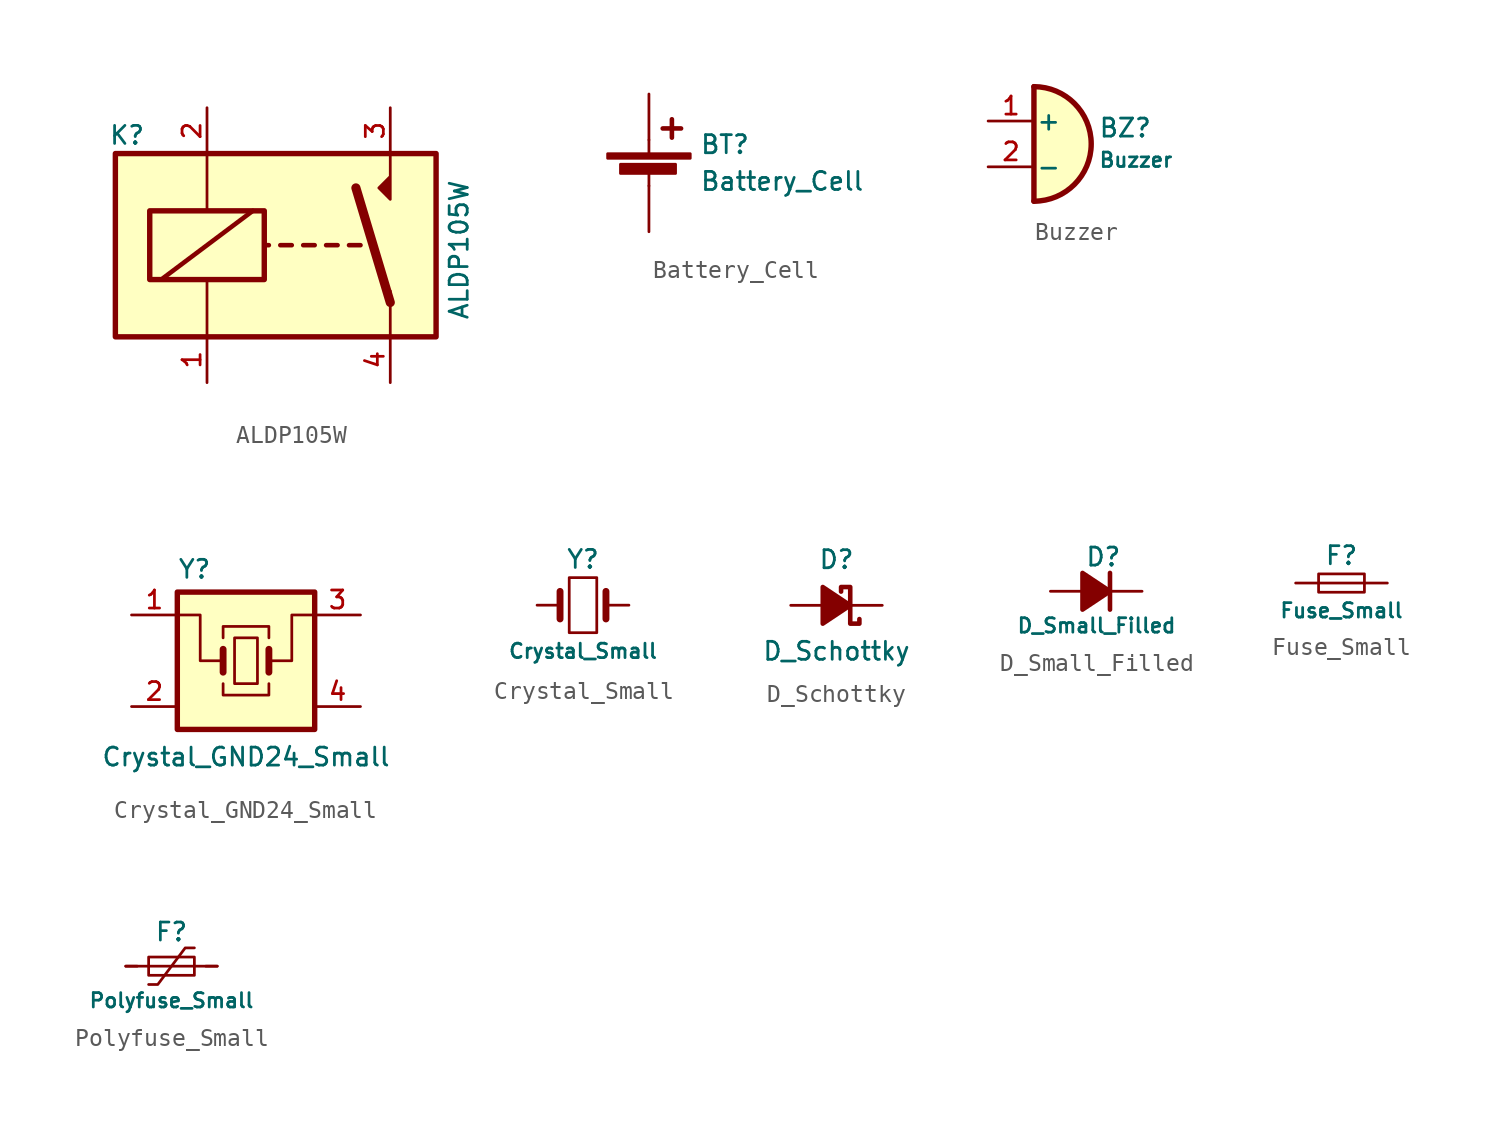
<source format=kicad_sym>
(kicad_symbol_lib
  (version 20210619)
  (generator kicad_symbol_editor)
  (symbol "HDLib_Device:ALDP105W"
    (pin_names hide)
    (property "Reference" "K"
      (at -9.271 6.096 0)
      (effects (font (size 1 1)) (justify left)))
    (property "Value" "ALDP105W"
      (at 10.16 -4.191 90)
      (effects (font (size 1 1)) (justify left)))
    (symbol "ALDP105W_0_0"
      (polyline (pts (xy 6.35 5.08) (xy 6.35 2.54) (xy 5.715 3.175) (xy 6.35 3.81)) (stroke (width 0)) (fill (type outline))))
    (symbol "ALDP105W_0_1"
      (rectangle (start -6.985 1.905) (end -0.635 -1.905) (stroke (width 0.3)) (fill (type none)))
      (rectangle (start -8.89 5.08) (end 8.89 -5.08) (stroke (width 0.3)) (fill (type background)))
      (polyline (pts (xy -6.35 -1.905) (xy -1.27 1.905)) (stroke (width 0.254)) (fill (type none)))
      (polyline (pts (xy -3.81 -5.08) (xy -3.81 -1.905)) (stroke (width 0)) (fill (type none)))
      (polyline (pts (xy -3.81 5.08) (xy -3.81 1.905)) (stroke (width 0)) (fill (type none)))
      (polyline (pts (xy -0.508 0) (xy -0.381 0)) (stroke (width 0.254)) (fill (type none)))
      (polyline (pts (xy 0.254 0) (xy 0.889 0)) (stroke (width 0.254)) (fill (type none)))
      (polyline (pts (xy 1.524 0) (xy 2.159 0)) (stroke (width 0.254)) (fill (type none)))
      (polyline (pts (xy 2.794 0) (xy 3.429 0)) (stroke (width 0.254)) (fill (type none)))
      (polyline (pts (xy 4.064 0) (xy 4.699 0)) (stroke (width 0.254)) (fill (type none)))
      (polyline (pts (xy 6.35 -3.175) (xy 4.445 3.175)) (stroke (width 0.508)) (fill (type none)))
      (polyline (pts (xy 6.35 -2.54) (xy 6.35 -5.08)) (stroke (width 0)) (fill (type none))))
    (symbol "ALDP105W_1_1"
      (pin passive line (at -3.81 -7.62 90) (length 2.54) (name "~" (effects (font (size 1 1)))) (number "1" (effects (font (size 1 1)))))
      (pin passive line (at -3.81 7.62 270) (length 2.54) (name "~" (effects (font (size 1 1)))) (number "2" (effects (font (size 1 1)))))
      (pin passive line (at 6.35 7.62 270) (length 2.54) (name "~" (effects (font (size 1 1)))) (number "3" (effects (font (size 1 1)))))
      (pin passive line (at 6.35 -7.62 90) (length 2.54) (name "~" (effects (font (size 1 1)))) (number "4" (effects (font (size 1 1)))))))
  (symbol "HDLib_Device:Battery_Cell"
    (pin_numbers hide)
    (pin_names
      (offset 0) hide)
    (property "Reference" "BT"
      (at 2.794 2.286 0)
      (effects (font (size 1 1)) (justify left)))
    (property "Value" "Battery_Cell"
      (at 2.794 0.254 0)
      (effects (font (size 1 1)) (justify left)))
    (symbol "Battery_Cell_0_1"
      (rectangle (start -2.286 1.778) (end 2.286 1.524) (stroke (width 0)) (fill (type outline)))
      (rectangle (start -1.575 1.194) (end 1.473 0.686) (stroke (width 0)) (fill (type outline)))
      (polyline (pts (xy 0 0.762) (xy 0 0)) (stroke (width 0)) (fill (type none)))
      (polyline (pts (xy 0 1.778) (xy 0 2.54)) (stroke (width 0)) (fill (type none)))
      (polyline (pts (xy 0.762 3.175) (xy 1.778 3.175)) (stroke (width 0.254)) (fill (type none)))
      (polyline (pts (xy 1.27 3.683) (xy 1.27 2.667)) (stroke (width 0.254)) (fill (type none))))
    (symbol "Battery_Cell_1_1"
      (pin passive line (at 0 5.08 270) (length 2.54) (name "+" (effects (font (size 1.27 1.27)))) (number "1" (effects (font (size 1.27 1.27)))))
      (pin passive line (at 0 -2.54 90) (length 2.54) (name "-" (effects (font (size 1.27 1.27)))) (number "2" (effects (font (size 1.27 1.27)))))))
  (symbol "HDLib_Device:Buzzer"
    (pin_names
      (offset 0.1))
    (property "Reference" "BZ"
      (at 3.556 0.889 0)
      (effects (font (size 1 1)) (justify left)))
    (property "Value" "Buzzer"
      (at 3.556 -0.889 0)
      (effects (font (size 0.8 0.8)) (justify left)))
    (symbol "Buzzer_0_1"
      (arc (start 0 -3.175) (end 0 3.175) (radius (at 0 0) (length 3.175) (angles -89.9 89.9)) (stroke (width 0.3)) (fill (type background)))
      (polyline (pts (xy 0 3.175) (xy 0 -3.175)) (stroke (width 0.3)) (fill (type none))))
    (symbol "Buzzer_1_1"
      (pin passive line (at -2.54 1.27 0) (length 2.54) (name "+" (effects (font (size 1 1)))) (number "1" (effects (font (size 1 1)))))
      (pin passive line (at -2.54 -1.27 0) (length 2.54) (name "-" (effects (font (size 1 1)))) (number "2" (effects (font (size 1 1)))))))
  (symbol "HDLib_Device:Crystal_GND24_Small"
    (pin_names
      (offset 1.016) hide)
    (property "Reference" "Y"
      (at -3.81 5.08 0)
      (effects (font (size 1 1)) (justify left)))
    (property "Value" "Crystal_GND24_Small"
      (at 0 -5.334 0)
      (effects (font (size 1 1))))
    (symbol "Crystal_GND24_Small_0_1"
      (rectangle (start -0.635 1.27) (end 0.635 -1.27) (stroke (width 0.152)) (fill (type none)))
      (rectangle (start -3.81 3.81) (end 3.81 -3.81) (stroke (width 0.3)) (fill (type background)))
      (polyline (pts (xy -1.27 -0.635) (xy -1.27 0.635)) (stroke (width 0.381)) (fill (type none)))
      (polyline (pts (xy 1.27 -0.635) (xy 1.27 0.635)) (stroke (width 0.381)) (fill (type none)))
      (polyline (pts (xy -1.27 0) (xy -2.54 0) (xy -2.54 2.54) (xy -3.81 2.54)) (stroke (width 0.152)) (fill (type none)))
      (polyline (pts (xy -1.27 1.27) (xy -1.27 1.905) (xy 1.27 1.905) (xy 1.27 1.27)) (stroke (width 0.152)) (fill (type none)))
      (polyline (pts (xy 1.27 -1.27) (xy 1.27 -1.905) (xy -1.27 -1.905) (xy -1.27 -1.27)) (stroke (width 0.152)) (fill (type none)))
      (polyline (pts (xy 1.27 0) (xy 2.54 0) (xy 2.54 2.54) (xy 3.81 2.54)) (stroke (width 0.152)) (fill (type none))))
    (symbol "Crystal_GND24_Small_1_1"
      (pin passive line (at -6.35 2.54 0) (length 2.54) (name "1" (effects (font (size 1 1)))) (number "1" (effects (font (size 1 1)))))
      (pin passive line (at -6.35 -2.54 0) (length 2.54) (name "2" (effects (font (size 1 1)))) (number "2" (effects (font (size 1 1)))))
      (pin passive line (at 6.35 2.54 180) (length 2.54) (name "3" (effects (font (size 1 1)))) (number "3" (effects (font (size 1 1)))))
      (pin passive line (at 6.35 -2.54 180) (length 2.54) (name "4" (effects (font (size 1 1)))) (number "4" (effects (font (size 1 1)))))))
  (symbol "HDLib_Device:Crystal_Small"
    (pin_numbers hide)
    (pin_names
      (offset 1.016) hide)
    (property "Reference" "Y"
      (at 0 2.54 0)
      (effects (font (size 1 1))))
    (property "Value" "Crystal_Small"
      (at 0 -2.54 0)
      (effects (font (size 0.8 0.8))))
    (symbol "Crystal_Small_0_1"
      (rectangle (start -0.762 -1.524) (end 0.762 1.524) (stroke (width 0)) (fill (type none)))
      (polyline (pts (xy -1.27 -0.762) (xy -1.27 0.762)) (stroke (width 0.381)) (fill (type none)))
      (polyline (pts (xy 1.27 -0.762) (xy 1.27 0.762)) (stroke (width 0.381)) (fill (type none))))
    (symbol "Crystal_Small_1_1"
      (pin passive line (at -2.54 0 0) (length 1.27) (name "1" (effects (font (size 1.27 1.27)))) (number "1" (effects (font (size 1.27 1.27)))))
      (pin passive line (at 2.54 0 180) (length 1.27) (name "2" (effects (font (size 1.27 1.27)))) (number "2" (effects (font (size 1.27 1.27)))))))
  (symbol "HDLib_Device:D_Schottky"
    (pin_numbers hide)
    (pin_names
      (offset 0.254) hide)
    (property "Reference" "D"
      (at 0 2.54 0)
      (effects (font (size 1 1))))
    (property "Value" "D_Schottky"
      (at 0 -2.54 0)
      (effects (font (size 1 1))))
    (symbol "D_Schottky_0_1"
      (polyline (pts (xy 0.762 0) (xy -0.762 0)) (stroke (width 0)) (fill (type none)))
      (polyline (pts (xy 1.27 -0.762) (xy 1.27 -1.016) (xy 0.762 -1.016) (xy 0.762 1.016) (xy 0.254 1.016) (xy 0.254 0.762)) (stroke (width 0.254)) (fill (type none)))
      (polyline (pts (xy -0.762 1.016) (xy 0.762 0) (xy -0.762 -1.016) (xy -0.762 1.016)) (stroke (width 0.254)) (fill (type outline))))
    (symbol "D_Schottky_1_1"
      (pin passive line (at 2.54 0 180) (length 1.778) (name "K" (effects (font (size 1.27 1.27)))) (number "1" (effects (font (size 1.27 1.27)))))
      (pin passive line (at -2.54 0 0) (length 1.778) (name "A" (effects (font (size 1.27 1.27)))) (number "2" (effects (font (size 1.27 1.27)))))))
  (symbol "HDLib_Device:D_Small_Filled"
    (pin_numbers hide)
    (pin_names
      (offset 0.254) hide)
    (property "Reference" "D"
      (at -0.635 1.905 0)
      (effects (font (size 1 1)) (justify left)))
    (property "Value" "D_Small_Filled"
      (at -4.445 -1.905 0)
      (effects (font (size 0.8 0.8)) (justify left)))
    (symbol "D_Small_Filled_0_1"
      (polyline (pts (xy 0.762 0) (xy -0.762 0)) (stroke (width 0)) (fill (type none)))
      (polyline (pts (xy 0.762 1.016) (xy 0.762 -1.016)) (stroke (width 0.254)) (fill (type none)))
      (polyline (pts (xy -0.762 1.016) (xy 0.762 0) (xy -0.762 -1.016) (xy -0.762 1.016)) (stroke (width 0.254)) (fill (type outline))))
    (symbol "D_Small_Filled_1_1"
      (pin passive line (at 2.54 0 180) (length 1.778) (name "K" (effects (font (size 1.27 1.27)))) (number "1" (effects (font (size 1.27 1.27)))))
      (pin passive line (at -2.54 0 0) (length 1.778) (name "A" (effects (font (size 1.27 1.27)))) (number "2" (effects (font (size 1.27 1.27)))))))
  (symbol "HDLib_Device:Fuse_Small"
    (pin_numbers hide)
    (pin_names
      (offset 0.254) hide)
    (property "Reference" "F"
      (at 0 1.524 0)
      (effects (font (size 1 1))))
    (property "Value" "Fuse_Small"
      (at 0 -1.524 0)
      (effects (font (size 0.8 0.8))))
    (symbol "Fuse_Small_0_1"
      (rectangle (start -1.27 0.508) (end 1.27 -0.508) (stroke (width 0)) (fill (type none)))
      (polyline (pts (xy -1.27 0) (xy 1.27 0)) (stroke (width 0)) (fill (type none))))
    (symbol "Fuse_Small_1_1"
      (pin passive line (at -2.54 0 0) (length 1.27) (name "~" (effects (font (size 1.27 1.27)))) (number "1" (effects (font (size 1.27 1.27)))))
      (pin passive line (at 2.54 0 180) (length 1.27) (name "~" (effects (font (size 1.27 1.27)))) (number "2" (effects (font (size 1.27 1.27)))))))
  (symbol "HDLib_Device:Polyfuse_Small"
    (pin_numbers hide)
    (pin_names
      (offset 0))
    (property "Reference" "F"
      (at 0 1.905 0)
      (effects (font (size 1 1))))
    (property "Value" "Polyfuse_Small"
      (at 0 -1.905 0)
      (effects (font (size 0.8 0.8))))
    (symbol "Polyfuse_Small_0_1"
      (rectangle (start 1.27 0.508) (end -1.27 -0.508) (stroke (width 0)) (fill (type none)))
      (polyline (pts (xy 2.54 0) (xy -2.54 0)) (stroke (width 0)) (fill (type none)))
      (polyline (pts (xy 1.27 1.016) (xy 0.762 1.016) (xy -0.762 -1.016) (xy -1.27 -1.016)) (stroke (width 0)) (fill (type none))))
    (symbol "Polyfuse_Small_1_1"
      (pin passive line (at 2.54 0 180) (length 0.635) (name "~" (effects (font (size 1.27 1.27)))) (number "1" (effects (font (size 1.27 1.27)))))
      (pin passive line (at -2.54 0 0) (length 0.635) (name "~" (effects (font (size 1.27 1.27)))) (number "2" (effects (font (size 1.27 1.27))))))))
</source>
